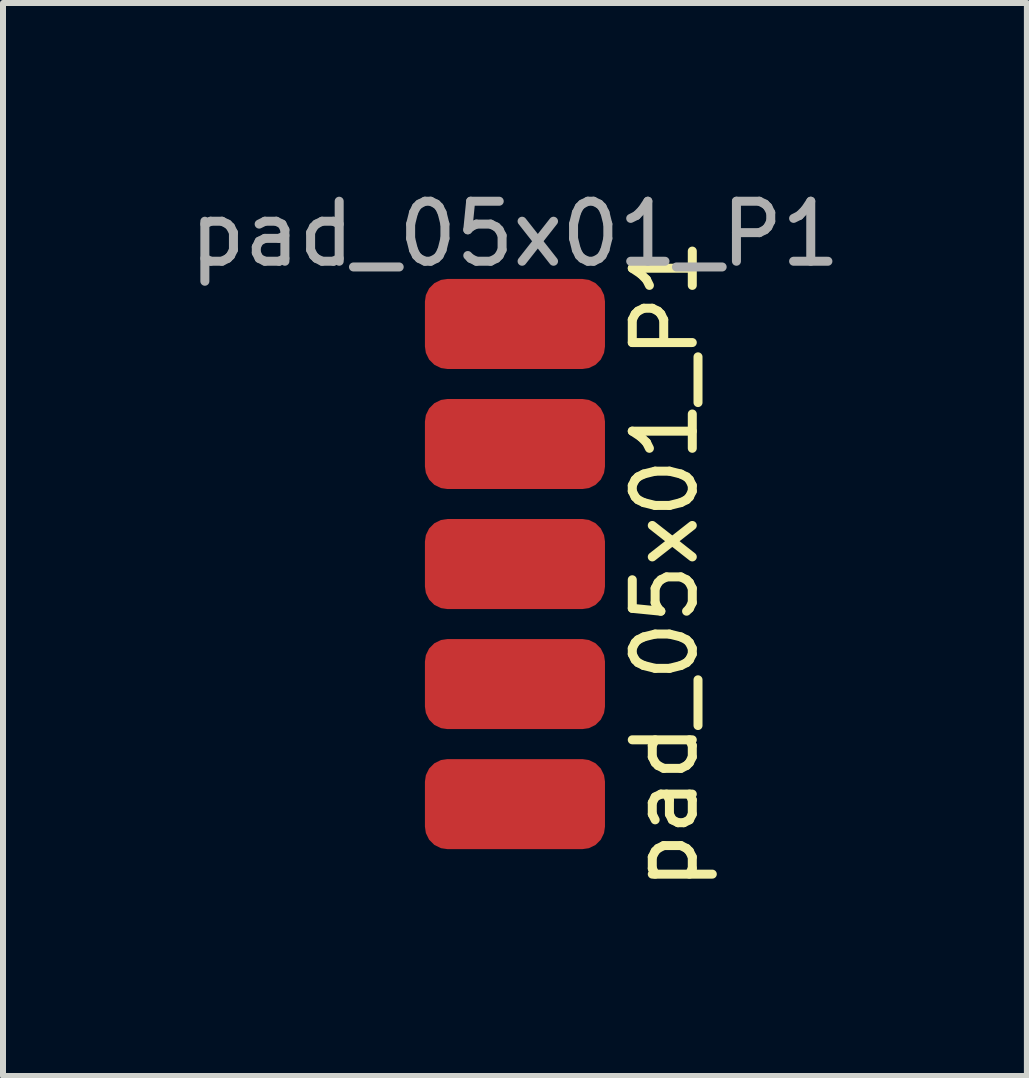
<source format=kicad_pcb>
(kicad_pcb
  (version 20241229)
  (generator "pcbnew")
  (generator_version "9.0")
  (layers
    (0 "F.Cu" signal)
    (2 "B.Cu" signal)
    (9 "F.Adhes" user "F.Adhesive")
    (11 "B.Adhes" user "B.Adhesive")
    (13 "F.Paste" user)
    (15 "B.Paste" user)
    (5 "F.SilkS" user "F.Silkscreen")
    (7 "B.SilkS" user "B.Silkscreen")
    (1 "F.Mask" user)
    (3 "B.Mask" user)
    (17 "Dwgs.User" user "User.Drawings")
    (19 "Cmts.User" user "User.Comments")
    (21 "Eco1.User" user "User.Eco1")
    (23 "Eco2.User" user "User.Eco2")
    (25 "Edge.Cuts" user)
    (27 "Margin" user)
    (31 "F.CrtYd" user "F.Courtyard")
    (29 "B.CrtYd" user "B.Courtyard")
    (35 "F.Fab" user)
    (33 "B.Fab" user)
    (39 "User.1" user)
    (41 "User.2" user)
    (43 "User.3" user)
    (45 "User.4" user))
  (footprint "pad_05x01_P1"
    (layer "F.Cu")
    (at 5.53 2.348)
    (property "Reference" "pad_05x01_P1" (at 2.5 4 90) (unlocked yes) (layer "F.SilkS") (effects (font (size 1 1) (thickness 0.15))))
    (attr smd)
    (fp_text user "${REFERENCE}" (at 0 -1.5 0) (unlocked yes) (layer "F.Fab") (effects (font (size 1 1) (thickness 0.15))))
    (pad "1" smd roundrect (at 0 0) (size 3 1.5) (layers "F.Cu" "F.Mask" "F.Paste") (roundrect_rratio 0.25))
    (pad "2" smd roundrect (at 0 2) (size 3 1.5) (layers "F.Cu" "F.Mask" "F.Paste") (roundrect_rratio 0.25))
    (pad "3" smd roundrect (at 0 4) (size 3 1.5) (layers "F.Cu" "F.Mask" "F.Paste") (roundrect_rratio 0.25))
    (pad "4" smd roundrect (at 0 6) (size 3 1.5) (layers "F.Cu" "F.Mask" "F.Paste") (roundrect_rratio 0.25))
    (pad "5" smd roundrect (at 0 8) (size 3 1.5) (layers "F.Cu" "F.Mask" "F.Paste") (roundrect_rratio 0.25)))
  (gr_rect
    (start -3 -3)
    (end 14.06 14.878)
    (stroke (width 0.1) (type default))
    (fill no)
    (layer "Edge.Cuts")))
</source>
